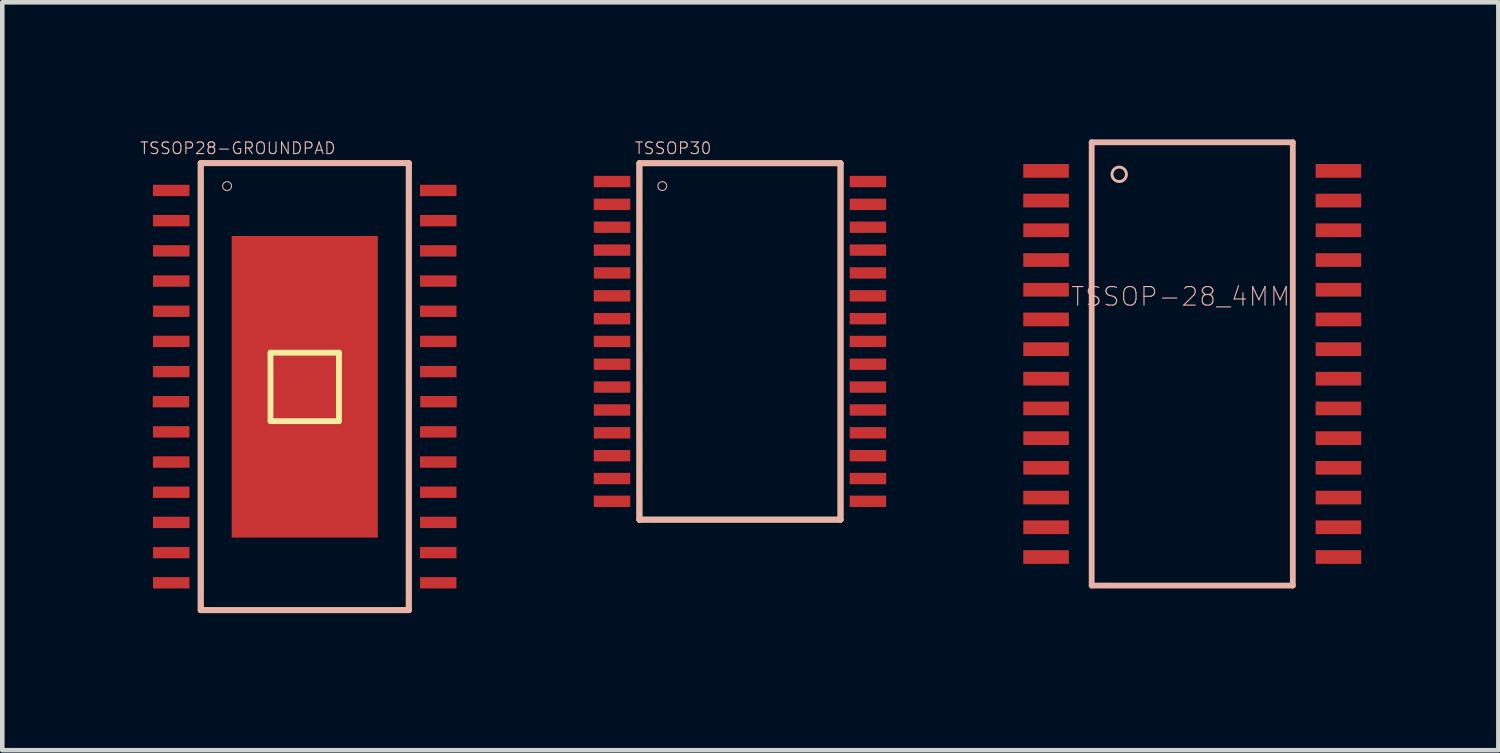
<source format=kicad_pcb>
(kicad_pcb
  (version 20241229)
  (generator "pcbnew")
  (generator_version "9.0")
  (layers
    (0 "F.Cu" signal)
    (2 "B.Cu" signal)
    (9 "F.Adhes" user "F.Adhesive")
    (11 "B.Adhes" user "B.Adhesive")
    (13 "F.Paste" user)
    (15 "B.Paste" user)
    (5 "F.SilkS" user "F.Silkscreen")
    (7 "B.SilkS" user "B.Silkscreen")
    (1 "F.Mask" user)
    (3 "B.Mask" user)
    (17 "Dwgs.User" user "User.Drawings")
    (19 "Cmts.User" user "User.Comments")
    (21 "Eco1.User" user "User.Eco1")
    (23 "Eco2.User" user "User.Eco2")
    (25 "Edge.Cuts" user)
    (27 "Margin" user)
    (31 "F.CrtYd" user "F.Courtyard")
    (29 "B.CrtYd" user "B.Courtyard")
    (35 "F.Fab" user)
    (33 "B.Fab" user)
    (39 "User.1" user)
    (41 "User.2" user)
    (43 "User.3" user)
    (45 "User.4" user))
  (footprint "TSSOP30"
    (layer "F.Cu")
    (at 13.139 4.42)
    (property "Reference" "TSSOP30" (at -1.463 -4.227 0) (layer "B.SilkS") (effects (font (size 0.254 0.254) (thickness 0.025))))
    (attr smd)
    (fp_line (start -2.2 -3.899) (end -2.2 3.899) (stroke (width 0.127) (type solid)) (layer "F.SilkS"))
    (fp_line (start -2.2 3.899) (end 2.2 3.899) (stroke (width 0.127) (type solid)) (layer "F.SilkS"))
    (fp_line (start 2.2 -3.899) (end -2.2 -3.899) (stroke (width 0.127) (type solid)) (layer "F.SilkS"))
    (fp_line (start 2.2 3.899) (end 2.2 -3.899) (stroke (width 0.127) (type solid)) (layer "F.SilkS"))
    (fp_line (start -2.2 -3.899) (end 2.2 -3.899) (stroke (width 0.127) (type solid)) (layer "B.SilkS"))
    (fp_line (start -2.2 3.899) (end -2.2 -3.899) (stroke (width 0.127) (type solid)) (layer "B.SilkS"))
    (fp_line (start 2.2 -3.899) (end 2.2 3.899) (stroke (width 0.127) (type solid)) (layer "B.SilkS"))
    (fp_line (start 2.2 3.899) (end -2.2 3.899) (stroke (width 0.127) (type solid)) (layer "B.SilkS"))
    (fp_circle (center -1.699 -3.399) (end -1.768 -3.467) (stroke (width 0.023) (type solid)) (fill no) (layer "B.SilkS"))
    (pad "P$1" smd rect (at -2.799 3.498) (size 0.798 0.249) (layers "F.Cu" "F.Mask" "F.Paste"))
    (pad "P$2" smd rect (at -2.799 3) (size 0.798 0.249) (layers "F.Cu" "F.Mask" "F.Paste"))
    (pad "P$3" smd rect (at -2.799 2.499) (size 0.798 0.249) (layers "F.Cu" "F.Mask" "F.Paste"))
    (pad "P$4" smd rect (at -2.799 1.999) (size 0.798 0.249) (layers "F.Cu" "F.Mask" "F.Paste"))
    (pad "P$5" smd rect (at -2.799 1.499) (size 0.798 0.249) (layers "F.Cu" "F.Mask" "F.Paste"))
    (pad "P$6" smd rect (at -2.799 0.998) (size 0.798 0.249) (layers "F.Cu" "F.Mask" "F.Paste"))
    (pad "P$7" smd rect (at -2.799 0.498) (size 0.798 0.249) (layers "F.Cu" "F.Mask" "F.Paste"))
    (pad "P$8" smd rect (at -2.799 0) (size 0.798 0.249) (layers "F.Cu" "F.Mask" "F.Paste"))
    (pad "P$9" smd rect (at -2.799 -0.498) (size 0.798 0.249) (layers "F.Cu" "F.Mask" "F.Paste"))
    (pad "P$10" smd rect (at -2.799 -0.998) (size 0.798 0.249) (layers "F.Cu" "F.Mask" "F.Paste"))
    (pad "P$11" smd rect (at -2.799 -1.499) (size 0.798 0.249) (layers "F.Cu" "F.Mask" "F.Paste"))
    (pad "P$12" smd rect (at -2.799 -1.999) (size 0.798 0.249) (layers "F.Cu" "F.Mask" "F.Paste"))
    (pad "P$13" smd rect (at -2.799 -2.499) (size 0.798 0.249) (layers "F.Cu" "F.Mask" "F.Paste"))
    (pad "P$14" smd rect (at -2.799 -3) (size 0.798 0.249) (layers "F.Cu" "F.Mask" "F.Paste"))
    (pad "P$15" smd rect (at -2.799 -3.498) (size 0.798 0.249) (layers "F.Cu" "F.Mask" "F.Paste"))
    (pad "P$16" smd rect (at 2.799 -3.498) (size 0.798 0.249) (layers "F.Cu" "F.Mask" "F.Paste"))
    (pad "P$17" smd rect (at 2.799 -3) (size 0.798 0.249) (layers "F.Cu" "F.Mask" "F.Paste"))
    (pad "P$18" smd rect (at 2.799 -2.499) (size 0.798 0.249) (layers "F.Cu" "F.Mask" "F.Paste"))
    (pad "P$19" smd rect (at 2.799 -1.999) (size 0.798 0.249) (layers "F.Cu" "F.Mask" "F.Paste"))
    (pad "P$20" smd rect (at 2.799 -1.499) (size 0.798 0.249) (layers "F.Cu" "F.Mask" "F.Paste"))
    (pad "P$21" smd rect (at 2.799 -0.998) (size 0.798 0.249) (layers "F.Cu" "F.Mask" "F.Paste"))
    (pad "P$22" smd rect (at 2.799 -0.498) (size 0.798 0.249) (layers "F.Cu" "F.Mask" "F.Paste"))
    (pad "P$23" smd rect (at 2.799 0) (size 0.798 0.249) (layers "F.Cu" "F.Mask" "F.Paste"))
    (pad "P$24" smd rect (at 2.799 0.498) (size 0.798 0.249) (layers "F.Cu" "F.Mask" "F.Paste"))
    (pad "P$25" smd rect (at 2.799 0.998) (size 0.798 0.249) (layers "F.Cu" "F.Mask" "F.Paste"))
    (pad "P$26" smd rect (at 2.799 1.499) (size 0.798 0.249) (layers "F.Cu" "F.Mask" "F.Paste"))
    (pad "P$27" smd rect (at 2.799 1.999) (size 0.798 0.249) (layers "F.Cu" "F.Mask" "F.Paste"))
    (pad "P$28" smd rect (at 2.799 2.499) (size 0.798 0.249) (layers "F.Cu" "F.Mask" "F.Paste"))
    (pad "P$29" smd rect (at 2.799 3) (size 0.798 0.249) (layers "F.Cu" "F.Mask" "F.Paste"))
    (pad "P$30" smd rect (at 2.799 3.498) (size 0.798 0.249) (layers "F.Cu" "F.Mask" "F.Paste")))
  (footprint "TSSOP28-GROUNDPAD"
    (layer "F.Cu")
    (at 3.617 5.415)
    (property "Reference" "TSSOP28-GROUNDPAD" (at -1.463 -5.222 0) (layer "B.SilkS") (effects (font (size 0.254 0.254) (thickness 0.025))))
    (attr smd)
    (fp_line (start -2.276 -4.895) (end -2.276 4.884) (stroke (width 0.127) (type solid)) (layer "F.SilkS"))
    (fp_line (start -2.276 4.884) (end 2.276 4.884) (stroke (width 0.127) (type solid)) (layer "F.SilkS"))
    (fp_line (start -0.749 -0.749) (end 0.749 -0.749) (stroke (width 0.127) (type solid)) (layer "F.SilkS"))
    (fp_line (start -0.749 0.749) (end -0.749 -0.749) (stroke (width 0.127) (type solid)) (layer "F.SilkS"))
    (fp_line (start 0.749 -0.749) (end 0.749 0.749) (stroke (width 0.127) (type solid)) (layer "F.SilkS"))
    (fp_line (start 0.749 0.749) (end -0.749 0.749) (stroke (width 0.127) (type solid)) (layer "F.SilkS"))
    (fp_line (start 2.276 -4.895) (end -2.276 -4.895) (stroke (width 0.127) (type solid)) (layer "F.SilkS"))
    (fp_line (start 2.276 4.884) (end 2.276 -4.895) (stroke (width 0.127) (type solid)) (layer "F.SilkS"))
    (fp_line (start -2.276 -4.895) (end 2.276 -4.895) (stroke (width 0.127) (type solid)) (layer "B.SilkS"))
    (fp_line (start -2.276 4.884) (end -2.276 -4.895) (stroke (width 0.127) (type solid)) (layer "B.SilkS"))
    (fp_line (start 2.276 -4.895) (end 2.276 4.884) (stroke (width 0.127) (type solid)) (layer "B.SilkS"))
    (fp_line (start 2.276 4.884) (end -2.276 4.884) (stroke (width 0.127) (type solid)) (layer "B.SilkS"))
    (fp_circle (center -1.699 -4.394) (end -1.768 -4.463) (stroke (width 0.023) (type solid)) (fill no) (layer "B.SilkS"))
    (pad "1" smd rect (at -2.921 -4.298) (size 0.798 0.249) (layers "F.Cu" "F.Mask" "F.Paste"))
    (pad "2" smd rect (at -2.921 -3.637) (size 0.798 0.249) (layers "F.Cu" "F.Mask" "F.Paste"))
    (pad "3" smd rect (at -2.921 -2.977) (size 0.798 0.249) (layers "F.Cu" "F.Mask" "F.Paste"))
    (pad "4" smd rect (at -2.921 -2.316) (size 0.798 0.249) (layers "F.Cu" "F.Mask" "F.Paste"))
    (pad "5" smd rect (at -2.921 -1.656) (size 0.798 0.249) (layers "F.Cu" "F.Mask" "F.Paste"))
    (pad "6" smd rect (at -2.921 -0.996) (size 0.798 0.249) (layers "F.Cu" "F.Mask" "F.Paste"))
    (pad "7" smd rect (at -2.921 -0.335) (size 0.798 0.249) (layers "F.Cu" "F.Mask" "F.Paste"))
    (pad "8" smd rect (at -2.926 0.323) (size 0.798 0.249) (layers "F.Cu" "F.Mask" "F.Paste"))
    (pad "9" smd rect (at -2.921 0.983) (size 0.798 0.249) (layers "F.Cu" "F.Mask" "F.Paste"))
    (pad "10" smd rect (at -2.921 1.643) (size 0.798 0.249) (layers "F.Cu" "F.Mask" "F.Paste"))
    (pad "11" smd rect (at -2.921 2.304) (size 0.798 0.249) (layers "F.Cu" "F.Mask" "F.Paste"))
    (pad "12" smd rect (at -2.921 2.964) (size 0.798 0.249) (layers "F.Cu" "F.Mask" "F.Paste"))
    (pad "13" smd rect (at -2.921 3.625) (size 0.798 0.249) (layers "F.Cu" "F.Mask" "F.Paste"))
    (pad "14" smd rect (at -2.921 4.285) (size 0.798 0.249) (layers "F.Cu" "F.Mask" "F.Paste"))
    (pad "15" smd rect (at 2.921 4.285) (size 0.798 0.249) (layers "F.Cu" "F.Mask" "F.Paste"))
    (pad "16" smd rect (at 2.921 3.625) (size 0.798 0.249) (layers "F.Cu" "F.Mask" "F.Paste"))
    (pad "17" smd rect (at 2.921 2.964) (size 0.798 0.249) (layers "F.Cu" "F.Mask" "F.Paste"))
    (pad "18" smd rect (at 2.921 2.304) (size 0.798 0.249) (layers "F.Cu" "F.Mask" "F.Paste"))
    (pad "19" smd rect (at 2.921 1.643) (size 0.798 0.249) (layers "F.Cu" "F.Mask" "F.Paste"))
    (pad "20" smd rect (at 2.921 0.983) (size 0.798 0.249) (layers "F.Cu" "F.Mask" "F.Paste"))
    (pad "21" smd rect (at 2.926 0.323) (size 0.798 0.249) (layers "F.Cu" "F.Mask" "F.Paste"))
    (pad "22" smd rect (at 2.921 -0.335) (size 0.798 0.249) (layers "F.Cu" "F.Mask" "F.Paste"))
    (pad "23" smd rect (at 2.921 -0.996) (size 0.798 0.249) (layers "F.Cu" "F.Mask" "F.Paste"))
    (pad "24" smd rect (at 2.921 -1.656) (size 0.798 0.249) (layers "F.Cu" "F.Mask" "F.Paste"))
    (pad "25" smd rect (at 2.921 -2.316) (size 0.798 0.249) (layers "F.Cu" "F.Mask" "F.Paste"))
    (pad "26" smd rect (at 2.921 -2.977) (size 0.798 0.249) (layers "F.Cu" "F.Mask" "F.Paste"))
    (pad "27" smd rect (at 2.921 -3.637) (size 0.798 0.249) (layers "F.Cu" "F.Mask" "F.Paste"))
    (pad "28" smd rect (at 2.921 -4.298) (size 0.798 0.249) (layers "F.Cu" "F.Mask" "F.Paste"))
    (pad "29" smd rect (at 0 -0.003 90) (size 6.599 3.198) (layers "F.Cu" "F.Mask" "F.Paste")))
  (footprint "TSSOP-28_4MM"
    (layer "F.Cu")
    (at 23.034 4.912)
    (property "Reference" "TSSOP-28_4MM" (at -0.254 -1.473 0) (layer "B.SilkS") (effects (font (size 0.406 0.406) (thickness 0.025))))
    (attr smd)
    (fp_line (start -2.2 -4.849) (end -2.2 4.849) (stroke (width 0.127) (type solid)) (layer "B.SilkS"))
    (fp_line (start -2.2 -4.849) (end 2.2 -4.849) (stroke (width 0.127) (type solid)) (layer "B.SilkS"))
    (fp_line (start -2.2 4.849) (end 2.2 4.849) (stroke (width 0.127) (type solid)) (layer "B.SilkS"))
    (fp_line (start 2.2 -4.849) (end 2.2 4.849) (stroke (width 0.127) (type solid)) (layer "B.SilkS"))
    (fp_circle (center -1.598 -4.148) (end -1.709 -4.26) (stroke (width 0.064) (type solid)) (fill no) (layer "B.SilkS"))
    (pad "1" smd rect (at -3.198 -4.224) (size 0.998 0.3) (layers "F.Cu" "F.Mask" "F.Paste"))
    (pad "2" smd rect (at -3.198 -3.574) (size 0.998 0.3) (layers "F.Cu" "F.Mask" "F.Paste"))
    (pad "3" smd rect (at -3.198 -2.924) (size 0.998 0.3) (layers "F.Cu" "F.Mask" "F.Paste"))
    (pad "4" smd rect (at -3.198 -2.273) (size 0.998 0.3) (layers "F.Cu" "F.Mask" "F.Paste"))
    (pad "5" smd rect (at -3.198 -1.623) (size 0.998 0.3) (layers "F.Cu" "F.Mask" "F.Paste"))
    (pad "6" smd rect (at -3.198 -0.973) (size 0.998 0.3) (layers "F.Cu" "F.Mask" "F.Paste"))
    (pad "7" smd rect (at -3.198 -0.323) (size 0.998 0.3) (layers "F.Cu" "F.Mask" "F.Paste"))
    (pad "8" smd rect (at -3.198 0.323) (size 0.998 0.3) (layers "F.Cu" "F.Mask" "F.Paste"))
    (pad "9" smd rect (at -3.198 0.973) (size 0.998 0.3) (layers "F.Cu" "F.Mask" "F.Paste"))
    (pad "10" smd rect (at -3.198 1.623) (size 0.998 0.3) (layers "F.Cu" "F.Mask" "F.Paste"))
    (pad "11" smd rect (at -3.198 2.273) (size 0.998 0.3) (layers "F.Cu" "F.Mask" "F.Paste"))
    (pad "12" smd rect (at -3.198 2.924) (size 0.998 0.3) (layers "F.Cu" "F.Mask" "F.Paste"))
    (pad "13" smd rect (at -3.198 3.574) (size 0.998 0.3) (layers "F.Cu" "F.Mask" "F.Paste"))
    (pad "14" smd rect (at -3.198 4.224) (size 0.998 0.3) (layers "F.Cu" "F.Mask" "F.Paste"))
    (pad "15" smd rect (at 3.198 4.224) (size 0.998 0.3) (layers "F.Cu" "F.Mask" "F.Paste"))
    (pad "16" smd rect (at 3.198 3.574) (size 0.998 0.3) (layers "F.Cu" "F.Mask" "F.Paste"))
    (pad "17" smd rect (at 3.198 2.924) (size 0.998 0.3) (layers "F.Cu" "F.Mask" "F.Paste"))
    (pad "18" smd rect (at 3.198 2.273) (size 0.998 0.3) (layers "F.Cu" "F.Mask" "F.Paste"))
    (pad "19" smd rect (at 3.198 1.623) (size 0.998 0.3) (layers "F.Cu" "F.Mask" "F.Paste"))
    (pad "20" smd rect (at 3.198 0.973) (size 0.998 0.3) (layers "F.Cu" "F.Mask" "F.Paste"))
    (pad "21" smd rect (at 3.198 0.323) (size 0.998 0.3) (layers "F.Cu" "F.Mask" "F.Paste"))
    (pad "22" smd rect (at 3.198 -0.323) (size 0.998 0.3) (layers "F.Cu" "F.Mask" "F.Paste"))
    (pad "23" smd rect (at 3.198 -0.973) (size 0.998 0.3) (layers "F.Cu" "F.Mask" "F.Paste"))
    (pad "24" smd rect (at 3.198 -1.623) (size 0.998 0.3) (layers "F.Cu" "F.Mask" "F.Paste"))
    (pad "25" smd rect (at 3.198 -2.273) (size 0.998 0.3) (layers "F.Cu" "F.Mask" "F.Paste"))
    (pad "26" smd rect (at 3.198 -2.924) (size 0.998 0.3) (layers "F.Cu" "F.Mask" "F.Paste"))
    (pad "27" smd rect (at 3.198 -3.574) (size 0.998 0.3) (layers "F.Cu" "F.Mask" "F.Paste"))
    (pad "28" smd rect (at 3.198 -4.224) (size 0.998 0.3) (layers "F.Cu" "F.Mask" "F.Paste")))
  (gr_rect
    (start -3 -3)
    (end 29.731 13.363)
    (stroke (width 0.1) (type default))
    (fill no)
    (layer "Edge.Cuts")))
</source>
